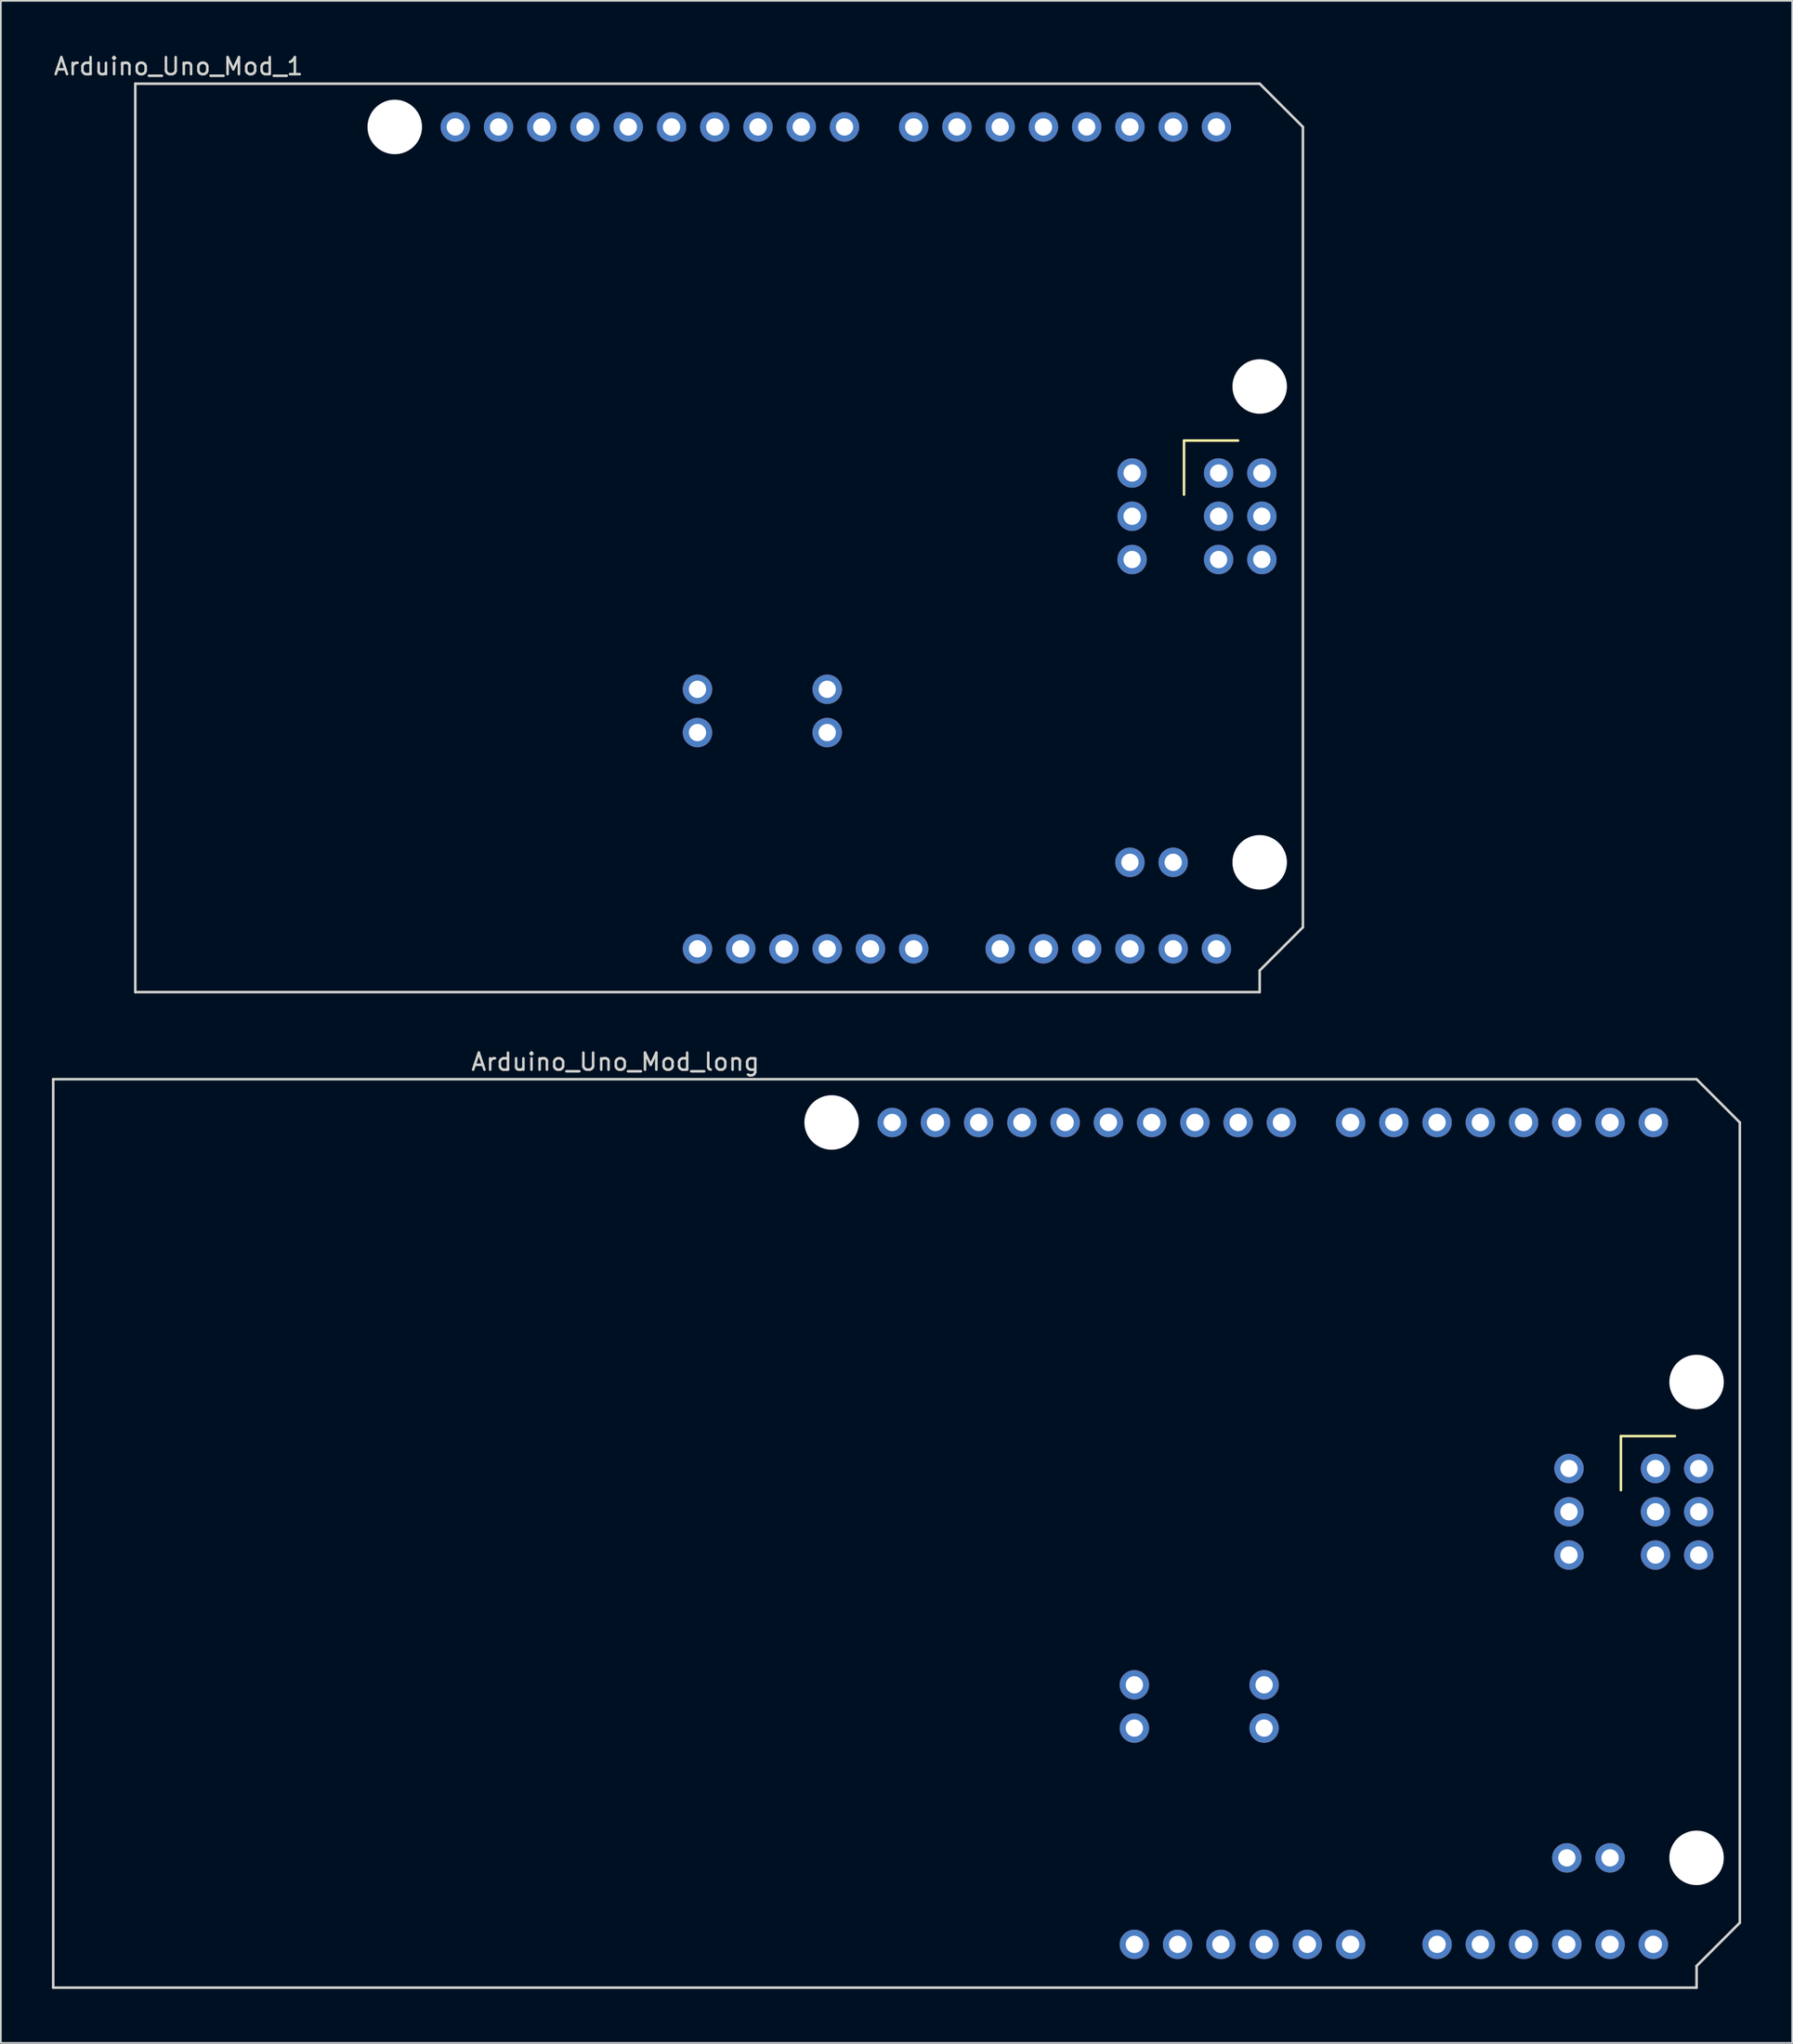
<source format=kicad_pcb>
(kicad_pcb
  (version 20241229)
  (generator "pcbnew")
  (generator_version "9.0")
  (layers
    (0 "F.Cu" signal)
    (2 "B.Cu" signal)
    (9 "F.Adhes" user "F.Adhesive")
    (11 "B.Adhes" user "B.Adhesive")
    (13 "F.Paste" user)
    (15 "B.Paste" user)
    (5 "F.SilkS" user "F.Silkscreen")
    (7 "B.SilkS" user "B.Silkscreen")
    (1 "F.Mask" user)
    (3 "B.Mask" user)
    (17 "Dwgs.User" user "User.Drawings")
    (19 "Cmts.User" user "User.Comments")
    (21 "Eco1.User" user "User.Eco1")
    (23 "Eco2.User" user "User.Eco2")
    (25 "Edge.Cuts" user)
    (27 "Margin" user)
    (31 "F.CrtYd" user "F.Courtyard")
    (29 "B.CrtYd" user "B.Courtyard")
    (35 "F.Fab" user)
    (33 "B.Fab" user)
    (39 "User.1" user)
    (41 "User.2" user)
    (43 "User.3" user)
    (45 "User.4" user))
  (footprint "Arduino_Uno_Mod_1"
    (layer "F.Cu")
    (at 4.895 55.204)
    (property "Reference" "Arduino_Uno_Mod_1" (at 2.54 -54.356 0) (layer "Edge.Cuts") (effects (font (size 1 1) (thickness 0.15))))
    (attr through_hole)
    (fp_line (start 61.595 -32.385) (end 61.595 -29.21) (stroke (width 0.15) (type solid)) (layer "F.SilkS"))
    (fp_line (start 61.595 -32.385) (end 64.77 -32.385) (stroke (width 0.15) (type solid)) (layer "F.SilkS"))
    (fp_line (start 0 -53.34) (end 0 0) (stroke (width 0.15) (type solid)) (layer "Edge.Cuts"))
    (fp_line (start 0 -53.34) (end 66.04 -53.34) (stroke (width 0.15) (type solid)) (layer "Edge.Cuts"))
    (fp_line (start 0 0) (end 66.04 0) (stroke (width 0.15) (type solid)) (layer "Edge.Cuts"))
    (fp_line (start 66.04 -53.34) (end 68.58 -50.8) (stroke (width 0.15) (type solid)) (layer "Edge.Cuts"))
    (fp_line (start 66.04 -1.27) (end 68.58 -3.81) (stroke (width 0.15) (type solid)) (layer "Edge.Cuts"))
    (fp_line (start 66.04 0) (end 66.04 -1.27) (stroke (width 0.15) (type solid)) (layer "Edge.Cuts"))
    (fp_line (start 68.58 -3.81) (end 68.58 -50.8) (stroke (width 0.15) (type solid)) (layer "Edge.Cuts"))
    (pad "" np_thru_hole circle (at 15.24 -50.8) (size 3.2 3.2) (drill 3.2) (layers "*.Cu" "*.Mask"))
    (pad "" np_thru_hole circle (at 66.04 -35.56) (size 3.2 3.2) (drill 3.2) (layers "*.Cu" "*.Mask"))
    (pad "" np_thru_hole circle (at 66.04 -7.62) (size 3.2 3.2) (drill 3.2) (layers "*.Cu" "*.Mask"))
    (pad "3V3" thru_hole oval (at 35.56 -2.54) (size 1.727 1.727) (drill 1.016) (layers "*.Cu" "*.Mask"))
    (pad "5V" thru_hole oval (at 38.1 -2.54) (size 1.727 1.727) (drill 1.016) (layers "*.Cu" "*.Mask"))
    (pad "5V" thru_hole oval (at 66.167 -30.48) (size 1.727 1.727) (drill 1.016) (layers "*.Cu" "*.Mask"))
    (pad "AREF" thru_hole oval (at 23.876 -50.8) (size 1.727 1.727) (drill 1.016) (layers "*.Cu" "*.Mask"))
    (pad "D0" thru_hole oval (at 63.5 -50.8) (size 1.727 1.727) (drill 1.016) (layers "*.Cu" "*.Mask"))
    (pad "D1" thru_hole oval (at 60.96 -50.8) (size 1.727 1.727) (drill 1.016) (layers "*.Cu" "*.Mask"))
    (pad "D2" thru_hole oval (at 58.42 -50.8) (size 1.727 1.727) (drill 1.016) (layers "*.Cu" "*.Mask"))
    (pad "D3" thru_hole oval (at 55.88 -50.8) (size 1.727 1.727) (drill 1.016) (layers "*.Cu" "*.Mask"))
    (pad "D4" thru_hole oval (at 53.34 -50.8) (size 1.727 1.727) (drill 1.016) (layers "*.Cu" "*.Mask"))
    (pad "D5" thru_hole oval (at 50.8 -50.8) (size 1.727 1.727) (drill 1.016) (layers "*.Cu" "*.Mask"))
    (pad "D6" thru_hole oval (at 48.26 -50.8) (size 1.727 1.727) (drill 1.016) (layers "*.Cu" "*.Mask"))
    (pad "D7" thru_hole oval (at 45.72 -50.8) (size 1.727 1.727) (drill 1.016) (layers "*.Cu" "*.Mask"))
    (pad "D8" thru_hole oval (at 41.656 -50.8) (size 1.727 1.727) (drill 1.016) (layers "*.Cu" "*.Mask"))
    (pad "D9" thru_hole oval (at 39.116 -50.8) (size 1.727 1.727) (drill 1.016) (layers "*.Cu" "*.Mask"))
    (pad "D10" thru_hole oval (at 36.576 -50.8) (size 1.727 1.727) (drill 1.016) (layers "*.Cu" "*.Mask"))
    (pad "D11" thru_hole oval (at 34.036 -50.8) (size 1.727 1.727) (drill 1.016) (layers "*.Cu" "*.Mask"))
    (pad "D12" thru_hole oval (at 31.496 -50.8) (size 1.727 1.727) (drill 1.016) (layers "*.Cu" "*.Mask"))
    (pad "D13" thru_hole oval (at 28.956 -50.8) (size 1.727 1.727) (drill 1.016) (layers "*.Cu" "*.Mask"))
    (pad "D14" thru_hole oval (at 50.8 -2.54) (size 1.727 1.727) (drill 1.016) (layers "*.Cu" "*.Mask"))
    (pad "D15" thru_hole oval (at 53.34 -2.54) (size 1.727 1.727) (drill 1.016) (layers "*.Cu" "*.Mask"))
    (pad "D16" thru_hole oval (at 55.88 -2.54) (size 1.727 1.727) (drill 1.016) (layers "*.Cu" "*.Mask"))
    (pad "D17" thru_hole oval (at 58.42 -2.54) (size 1.727 1.727) (drill 1.016) (layers "*.Cu" "*.Mask"))
    (pad "D18" thru_hole oval (at 60.96 -2.54) (size 1.727 1.727) (drill 1.016) (layers "*.Cu" "*.Mask"))
    (pad "D19" thru_hole oval (at 63.5 -2.54) (size 1.727 1.727) (drill 1.016) (layers "*.Cu" "*.Mask"))
    (pad "D20" thru_hole oval (at 33.02 -15.24) (size 1.727 1.727) (drill 1.016) (layers "*.Cu" "*.Mask"))
    (pad "D21" thru_hole oval (at 33.02 -17.78) (size 1.727 1.727) (drill 1.016) (layers "*.Cu" "*.Mask"))
    (pad "D23" thru_hole oval (at 40.64 -17.78) (size 1.727 1.727) (drill 1.016) (layers "*.Cu" "*.Mask"))
    (pad "D24" thru_hole oval (at 40.64 -15.24) (size 1.727 1.727) (drill 1.016) (layers "*.Cu" "*.Mask"))
    (pad "D25" thru_hole oval (at 60.96 -7.62) (size 1.727 1.727) (drill 1.016) (layers "*.Cu" "*.Mask"))
    (pad "D26" thru_hole oval (at 58.42 -7.62) (size 1.727 1.727) (drill 1.016) (layers "*.Cu" "*.Mask"))
    (pad "GND" thru_hole oval (at 26.416 -50.8) (size 1.727 1.727) (drill 1.016) (layers "*.Cu" "*.Mask"))
    (pad "GND" thru_hole oval (at 40.64 -2.54) (size 1.727 1.727) (drill 1.016) (layers "*.Cu" "*.Mask"))
    (pad "GND" thru_hole oval (at 43.18 -2.54) (size 1.727 1.727) (drill 1.016) (layers "*.Cu" "*.Mask"))
    (pad "GND" thru_hole oval (at 66.167 -25.4) (size 1.727 1.727) (drill 1.016) (layers "*.Cu" "*.Mask"))
    (pad "MISO" thru_hole oval (at 63.627 -30.48) (size 1.727 1.727) (drill 1.016) (layers "*.Cu" "*.Mask"))
    (pad "MOSI" thru_hole oval (at 66.167 -27.94) (size 1.727 1.727) (drill 1.016) (layers "*.Cu" "*.Mask"))
    (pad "RST" thru_hole oval (at 33.02 -2.54) (size 1.727 1.727) (drill 1.016) (layers "*.Cu" "*.Mask"))
    (pad "RST" thru_hole oval (at 58.547 -25.4) (size 1.727 1.727) (drill 1.016) (layers "*.Cu" "*.Mask"))
    (pad "RST_OUT" thru_hole oval (at 58.547 -30.48) (size 1.727 1.727) (drill 1.016) (layers "*.Cu" "*.Mask"))
    (pad "SCK" thru_hole oval (at 63.627 -27.94) (size 1.727 1.727) (drill 1.016) (layers "*.Cu" "*.Mask"))
    (pad "SCL0" thru_hole oval (at 18.796 -50.8) (size 1.727 1.727) (drill 1.016) (layers "*.Cu" "*.Mask"))
    (pad "SDA0" thru_hole oval (at 21.336 -50.8) (size 1.727 1.727) (drill 1.016) (layers "*.Cu" "*.Mask"))
    (pad "SPI_RESET" thru_hole oval (at 58.547 -27.94) (size 1.727 1.727) (drill 1.016) (layers "*.Cu" "*.Mask"))
    (pad "SPI_RESET" thru_hole oval (at 63.627 -25.4) (size 1.727 1.727) (drill 1.016) (layers "*.Cu" "*.Mask"))
    (pad "VIN" thru_hole oval (at 45.72 -2.54) (size 1.727 1.727) (drill 1.016) (layers "*.Cu" "*.Mask")))
  (footprint "Arduino_Uno_Mod_long"
    (layer "F.Cu")
    (at 30.555 113.659)
    (property "Reference" "Arduino_Uno_Mod_long" (at 2.54 -54.356 0) (layer "Edge.Cuts") (effects (font (size 1 1) (thickness 0.15))))
    (attr through_hole)
    (fp_line (start 61.595 -32.385) (end 61.595 -29.21) (stroke (width 0.15) (type solid)) (layer "F.SilkS"))
    (fp_line (start 61.595 -32.385) (end 64.77 -32.385) (stroke (width 0.15) (type solid)) (layer "F.SilkS"))
    (fp_line (start -30.48 -53.34) (end -30.48 0) (stroke (width 0.15) (type solid)) (layer "Edge.Cuts"))
    (fp_line (start -30.48 -53.34) (end 66.04 -53.34) (stroke (width 0.15) (type solid)) (layer "Edge.Cuts"))
    (fp_line (start -30.48 0) (end 66.04 0) (stroke (width 0.15) (type solid)) (layer "Edge.Cuts"))
    (fp_line (start 66.04 -53.34) (end 68.58 -50.8) (stroke (width 0.15) (type solid)) (layer "Edge.Cuts"))
    (fp_line (start 66.04 -1.27) (end 68.58 -3.81) (stroke (width 0.15) (type solid)) (layer "Edge.Cuts"))
    (fp_line (start 66.04 0) (end 66.04 -1.27) (stroke (width 0.15) (type solid)) (layer "Edge.Cuts"))
    (fp_line (start 68.58 -3.81) (end 68.58 -50.8) (stroke (width 0.15) (type solid)) (layer "Edge.Cuts"))
    (pad "" np_thru_hole circle (at 15.24 -50.8) (size 3.2 3.2) (drill 3.2) (layers "*.Cu" "*.Mask"))
    (pad "" np_thru_hole circle (at 66.04 -35.56) (size 3.2 3.2) (drill 3.2) (layers "*.Cu" "*.Mask"))
    (pad "" np_thru_hole circle (at 66.04 -7.62) (size 3.2 3.2) (drill 3.2) (layers "*.Cu" "*.Mask"))
    (pad "3V3" thru_hole oval (at 35.56 -2.54) (size 1.727 1.727) (drill 1.016) (layers "*.Cu" "*.Mask"))
    (pad "5V" thru_hole oval (at 38.1 -2.54) (size 1.727 1.727) (drill 1.016) (layers "*.Cu" "*.Mask"))
    (pad "5V" thru_hole oval (at 66.167 -30.48) (size 1.727 1.727) (drill 1.016) (layers "*.Cu" "*.Mask"))
    (pad "AREF" thru_hole oval (at 23.876 -50.8) (size 1.727 1.727) (drill 1.016) (layers "*.Cu" "*.Mask"))
    (pad "D0" thru_hole oval (at 63.5 -50.8) (size 1.727 1.727) (drill 1.016) (layers "*.Cu" "*.Mask"))
    (pad "D1" thru_hole oval (at 60.96 -50.8) (size 1.727 1.727) (drill 1.016) (layers "*.Cu" "*.Mask"))
    (pad "D2" thru_hole oval (at 58.42 -50.8) (size 1.727 1.727) (drill 1.016) (layers "*.Cu" "*.Mask"))
    (pad "D3" thru_hole oval (at 55.88 -50.8) (size 1.727 1.727) (drill 1.016) (layers "*.Cu" "*.Mask"))
    (pad "D4" thru_hole oval (at 53.34 -50.8) (size 1.727 1.727) (drill 1.016) (layers "*.Cu" "*.Mask"))
    (pad "D5" thru_hole oval (at 50.8 -50.8) (size 1.727 1.727) (drill 1.016) (layers "*.Cu" "*.Mask"))
    (pad "D6" thru_hole oval (at 48.26 -50.8) (size 1.727 1.727) (drill 1.016) (layers "*.Cu" "*.Mask"))
    (pad "D7" thru_hole oval (at 45.72 -50.8) (size 1.727 1.727) (drill 1.016) (layers "*.Cu" "*.Mask"))
    (pad "D8" thru_hole oval (at 41.656 -50.8) (size 1.727 1.727) (drill 1.016) (layers "*.Cu" "*.Mask"))
    (pad "D9" thru_hole oval (at 39.116 -50.8) (size 1.727 1.727) (drill 1.016) (layers "*.Cu" "*.Mask"))
    (pad "D10" thru_hole oval (at 36.576 -50.8) (size 1.727 1.727) (drill 1.016) (layers "*.Cu" "*.Mask"))
    (pad "D11" thru_hole oval (at 34.036 -50.8) (size 1.727 1.727) (drill 1.016) (layers "*.Cu" "*.Mask"))
    (pad "D12" thru_hole oval (at 31.496 -50.8) (size 1.727 1.727) (drill 1.016) (layers "*.Cu" "*.Mask"))
    (pad "D13" thru_hole oval (at 28.956 -50.8) (size 1.727 1.727) (drill 1.016) (layers "*.Cu" "*.Mask"))
    (pad "D14" thru_hole oval (at 50.8 -2.54) (size 1.727 1.727) (drill 1.016) (layers "*.Cu" "*.Mask"))
    (pad "D15" thru_hole oval (at 53.34 -2.54) (size 1.727 1.727) (drill 1.016) (layers "*.Cu" "*.Mask"))
    (pad "D16" thru_hole oval (at 55.88 -2.54) (size 1.727 1.727) (drill 1.016) (layers "*.Cu" "*.Mask"))
    (pad "D17" thru_hole oval (at 58.42 -2.54) (size 1.727 1.727) (drill 1.016) (layers "*.Cu" "*.Mask"))
    (pad "D18" thru_hole oval (at 60.96 -2.54) (size 1.727 1.727) (drill 1.016) (layers "*.Cu" "*.Mask"))
    (pad "D19" thru_hole oval (at 63.5 -2.54) (size 1.727 1.727) (drill 1.016) (layers "*.Cu" "*.Mask"))
    (pad "D20" thru_hole oval (at 33.02 -15.24) (size 1.727 1.727) (drill 1.016) (layers "*.Cu" "*.Mask"))
    (pad "D21" thru_hole oval (at 33.02 -17.78) (size 1.727 1.727) (drill 1.016) (layers "*.Cu" "*.Mask"))
    (pad "D23" thru_hole oval (at 40.64 -17.78) (size 1.727 1.727) (drill 1.016) (layers "*.Cu" "*.Mask"))
    (pad "D24" thru_hole oval (at 40.64 -15.24) (size 1.727 1.727) (drill 1.016) (layers "*.Cu" "*.Mask"))
    (pad "D25" thru_hole oval (at 60.96 -7.62) (size 1.727 1.727) (drill 1.016) (layers "*.Cu" "*.Mask"))
    (pad "D26" thru_hole oval (at 58.42 -7.62) (size 1.727 1.727) (drill 1.016) (layers "*.Cu" "*.Mask"))
    (pad "GND" thru_hole oval (at 26.416 -50.8) (size 1.727 1.727) (drill 1.016) (layers "*.Cu" "*.Mask"))
    (pad "GND" thru_hole oval (at 40.64 -2.54) (size 1.727 1.727) (drill 1.016) (layers "*.Cu" "*.Mask"))
    (pad "GND" thru_hole oval (at 43.18 -2.54) (size 1.727 1.727) (drill 1.016) (layers "*.Cu" "*.Mask"))
    (pad "GND" thru_hole oval (at 66.167 -25.4) (size 1.727 1.727) (drill 1.016) (layers "*.Cu" "*.Mask"))
    (pad "MISO" thru_hole oval (at 63.627 -30.48) (size 1.727 1.727) (drill 1.016) (layers "*.Cu" "*.Mask"))
    (pad "MOSI" thru_hole oval (at 66.167 -27.94) (size 1.727 1.727) (drill 1.016) (layers "*.Cu" "*.Mask"))
    (pad "RST" thru_hole oval (at 33.02 -2.54) (size 1.727 1.727) (drill 1.016) (layers "*.Cu" "*.Mask"))
    (pad "RST" thru_hole oval (at 58.547 -25.4) (size 1.727 1.727) (drill 1.016) (layers "*.Cu" "*.Mask"))
    (pad "RST_OUT" thru_hole oval (at 58.547 -30.48) (size 1.727 1.727) (drill 1.016) (layers "*.Cu" "*.Mask"))
    (pad "SCK" thru_hole oval (at 63.627 -27.94) (size 1.727 1.727) (drill 1.016) (layers "*.Cu" "*.Mask"))
    (pad "SCL0" thru_hole oval (at 18.796 -50.8) (size 1.727 1.727) (drill 1.016) (layers "*.Cu" "*.Mask"))
    (pad "SDA0" thru_hole oval (at 21.336 -50.8) (size 1.727 1.727) (drill 1.016) (layers "*.Cu" "*.Mask"))
    (pad "SPI_RESET" thru_hole oval (at 58.547 -27.94) (size 1.727 1.727) (drill 1.016) (layers "*.Cu" "*.Mask"))
    (pad "SPI_RESET" thru_hole oval (at 63.627 -25.4) (size 1.727 1.727) (drill 1.016) (layers "*.Cu" "*.Mask"))
    (pad "VIN" thru_hole oval (at 45.72 -2.54) (size 1.727 1.727) (drill 1.016) (layers "*.Cu" "*.Mask")))
  (gr_rect
    (start -3 -3)
    (end 102.21 116.909)
    (stroke (width 0.1) (type default))
    (fill no)
    (layer "Edge.Cuts")))
</source>
